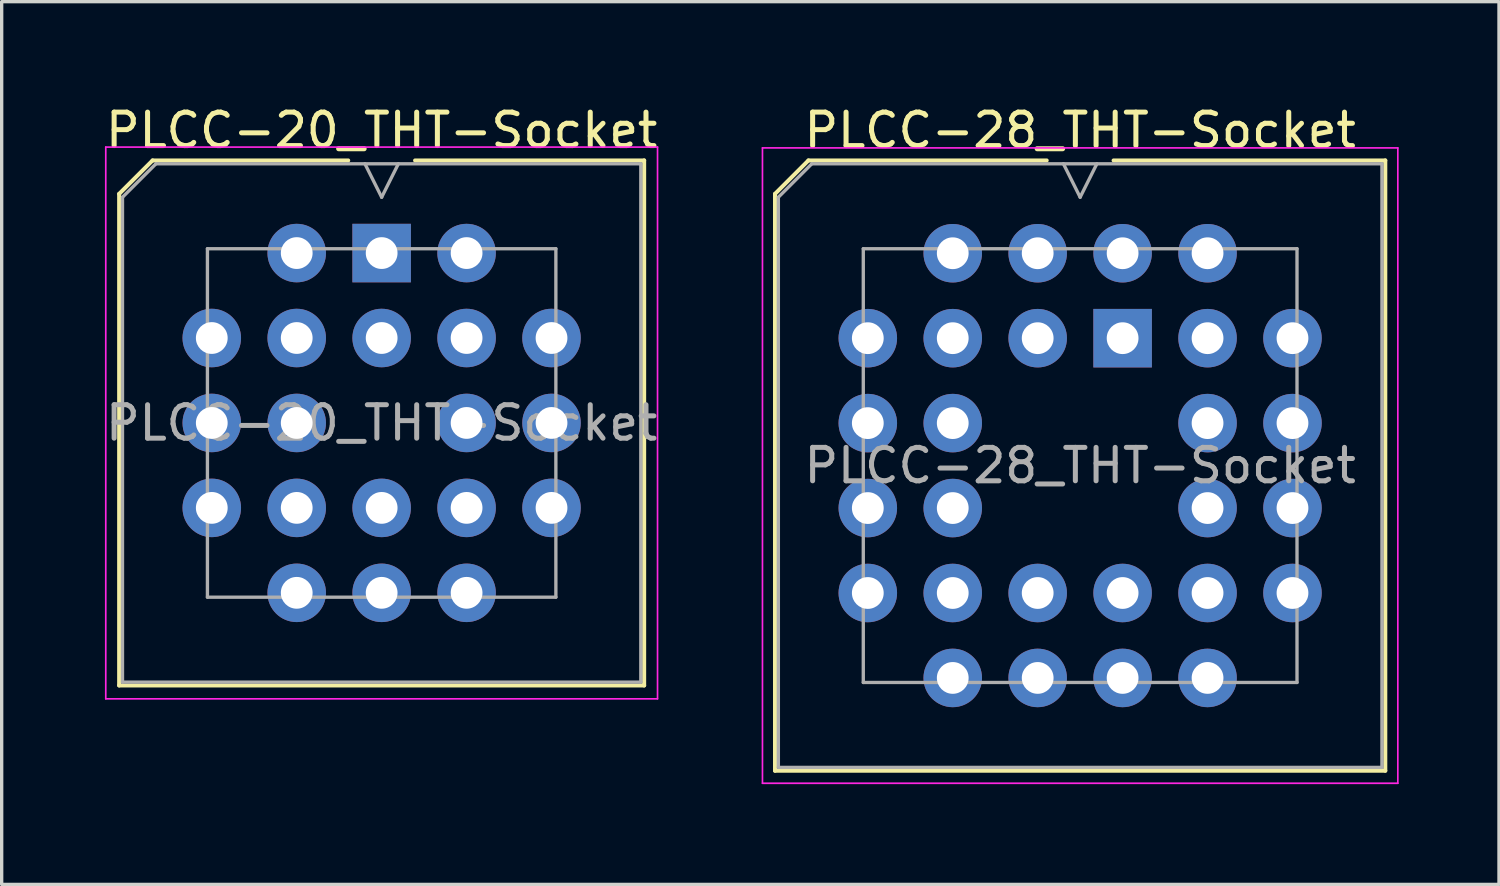
<source format=kicad_pcb>
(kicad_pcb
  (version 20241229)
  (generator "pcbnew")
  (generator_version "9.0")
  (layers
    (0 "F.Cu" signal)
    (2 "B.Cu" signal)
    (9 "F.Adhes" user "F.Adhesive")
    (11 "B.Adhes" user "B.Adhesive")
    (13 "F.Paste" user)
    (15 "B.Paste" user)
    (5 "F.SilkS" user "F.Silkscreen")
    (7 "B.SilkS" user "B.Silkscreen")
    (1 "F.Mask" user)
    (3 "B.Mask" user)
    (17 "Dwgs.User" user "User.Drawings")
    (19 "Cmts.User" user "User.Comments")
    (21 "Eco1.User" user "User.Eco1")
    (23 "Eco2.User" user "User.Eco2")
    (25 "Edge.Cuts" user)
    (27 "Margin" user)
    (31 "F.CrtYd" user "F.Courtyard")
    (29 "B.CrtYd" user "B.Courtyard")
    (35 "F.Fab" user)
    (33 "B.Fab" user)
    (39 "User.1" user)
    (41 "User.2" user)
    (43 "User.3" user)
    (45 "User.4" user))
  (footprint "PLCC-28_THT-Socket"
    (layer "F.Cu")
    (at 30.521 7.063)
    (property "Reference" "PLCC-28_THT-Socket" (at -1.27 -6.215 0) (layer "F.SilkS") (effects (font (size 1 1) (thickness 0.15))))
    (attr through_hole)
    (fp_line (start -10.395 -4.315) (end -10.395 12.935) (stroke (width 0.12) (type solid)) (layer "F.SilkS"))
    (fp_line (start -10.395 12.935) (end 7.855 12.935) (stroke (width 0.12) (type solid)) (layer "F.SilkS"))
    (fp_line (start -9.395 -5.315) (end -10.395 -4.315) (stroke (width 0.12) (type solid)) (layer "F.SilkS"))
    (fp_line (start -2.27 -5.315) (end -9.395 -5.315) (stroke (width 0.12) (type solid)) (layer "F.SilkS"))
    (fp_line (start 7.855 -5.315) (end -0.27 -5.315) (stroke (width 0.12) (type solid)) (layer "F.SilkS"))
    (fp_line (start 7.855 12.935) (end 7.855 -5.315) (stroke (width 0.12) (type solid)) (layer "F.SilkS"))
    (fp_line (start -10.77 -5.69) (end -10.77 13.31) (stroke (width 0.05) (type solid)) (layer "F.CrtYd"))
    (fp_line (start -10.77 13.31) (end 8.23 13.31) (stroke (width 0.05) (type solid)) (layer "F.CrtYd"))
    (fp_line (start 8.23 -5.69) (end -10.77 -5.69) (stroke (width 0.05) (type solid)) (layer "F.CrtYd"))
    (fp_line (start 8.23 13.31) (end 8.23 -5.69) (stroke (width 0.05) (type solid)) (layer "F.CrtYd"))
    (fp_line (start -10.295 -4.215) (end -10.295 12.835) (stroke (width 0.1) (type solid)) (layer "F.Fab"))
    (fp_line (start -10.295 12.835) (end 7.755 12.835) (stroke (width 0.1) (type solid)) (layer "F.Fab"))
    (fp_line (start -9.295 -5.215) (end -10.295 -4.215) (stroke (width 0.1) (type solid)) (layer "F.Fab"))
    (fp_line (start -7.755 -2.675) (end -7.755 10.295) (stroke (width 0.1) (type solid)) (layer "F.Fab"))
    (fp_line (start -7.755 10.295) (end 5.215 10.295) (stroke (width 0.1) (type solid)) (layer "F.Fab"))
    (fp_line (start -1.77 -5.215) (end -1.27 -4.215) (stroke (width 0.1) (type solid)) (layer "F.Fab"))
    (fp_line (start -1.27 -4.215) (end -0.77 -5.215) (stroke (width 0.1) (type solid)) (layer "F.Fab"))
    (fp_line (start 5.215 -2.675) (end -7.755 -2.675) (stroke (width 0.1) (type solid)) (layer "F.Fab"))
    (fp_line (start 5.215 10.295) (end 5.215 -2.675) (stroke (width 0.1) (type solid)) (layer "F.Fab"))
    (fp_line (start 7.755 -5.215) (end -9.295 -5.215) (stroke (width 0.1) (type solid)) (layer "F.Fab"))
    (fp_line (start 7.755 12.835) (end 7.755 -5.215) (stroke (width 0.1) (type solid)) (layer "F.Fab"))
    (fp_text user "${REFERENCE}" (at -1.27 3.81 0) (layer "F.Fab") (effects (font (size 1 1) (thickness 0.15))))
    (pad "1" thru_hole rect (at 0 0) (size 1.75 1.75) (drill 0.95) (layers "*.Cu" "*.Mask"))
    (pad "2" thru_hole circle (at -2.54 -2.54) (size 1.75 1.75) (drill 0.95) (layers "*.Cu" "*.Mask"))
    (pad "3" thru_hole circle (at -2.54 0) (size 1.75 1.75) (drill 0.95) (layers "*.Cu" "*.Mask"))
    (pad "4" thru_hole circle (at -5.08 -2.54) (size 1.75 1.75) (drill 0.95) (layers "*.Cu" "*.Mask"))
    (pad "5" thru_hole circle (at -7.62 0) (size 1.75 1.75) (drill 0.95) (layers "*.Cu" "*.Mask"))
    (pad "6" thru_hole circle (at -5.08 0) (size 1.75 1.75) (drill 0.95) (layers "*.Cu" "*.Mask"))
    (pad "7" thru_hole circle (at -7.62 2.54) (size 1.75 1.75) (drill 0.95) (layers "*.Cu" "*.Mask"))
    (pad "8" thru_hole circle (at -5.08 2.54) (size 1.75 1.75) (drill 0.95) (layers "*.Cu" "*.Mask"))
    (pad "9" thru_hole circle (at -7.62 5.08) (size 1.75 1.75) (drill 0.95) (layers "*.Cu" "*.Mask"))
    (pad "10" thru_hole circle (at -5.08 5.08) (size 1.75 1.75) (drill 0.95) (layers "*.Cu" "*.Mask"))
    (pad "11" thru_hole circle (at -7.62 7.62) (size 1.75 1.75) (drill 0.95) (layers "*.Cu" "*.Mask"))
    (pad "12" thru_hole circle (at -5.08 10.16) (size 1.75 1.75) (drill 0.95) (layers "*.Cu" "*.Mask"))
    (pad "13" thru_hole circle (at -5.08 7.62) (size 1.75 1.75) (drill 0.95) (layers "*.Cu" "*.Mask"))
    (pad "14" thru_hole circle (at -2.54 10.16) (size 1.75 1.75) (drill 0.95) (layers "*.Cu" "*.Mask"))
    (pad "15" thru_hole circle (at -2.54 7.62) (size 1.75 1.75) (drill 0.95) (layers "*.Cu" "*.Mask"))
    (pad "16" thru_hole circle (at 0 10.16) (size 1.75 1.75) (drill 0.95) (layers "*.Cu" "*.Mask"))
    (pad "17" thru_hole circle (at 0 7.62) (size 1.75 1.75) (drill 0.95) (layers "*.Cu" "*.Mask"))
    (pad "18" thru_hole circle (at 2.54 10.16) (size 1.75 1.75) (drill 0.95) (layers "*.Cu" "*.Mask"))
    (pad "19" thru_hole circle (at 5.08 7.62) (size 1.75 1.75) (drill 0.95) (layers "*.Cu" "*.Mask"))
    (pad "20" thru_hole circle (at 2.54 7.62) (size 1.75 1.75) (drill 0.95) (layers "*.Cu" "*.Mask"))
    (pad "21" thru_hole circle (at 5.08 5.08) (size 1.75 1.75) (drill 0.95) (layers "*.Cu" "*.Mask"))
    (pad "22" thru_hole circle (at 2.54 5.08) (size 1.75 1.75) (drill 0.95) (layers "*.Cu" "*.Mask"))
    (pad "23" thru_hole circle (at 5.08 2.54) (size 1.75 1.75) (drill 0.95) (layers "*.Cu" "*.Mask"))
    (pad "24" thru_hole circle (at 2.54 2.54) (size 1.75 1.75) (drill 0.95) (layers "*.Cu" "*.Mask"))
    (pad "25" thru_hole circle (at 5.08 0) (size 1.75 1.75) (drill 0.95) (layers "*.Cu" "*.Mask"))
    (pad "26" thru_hole circle (at 2.54 -2.54) (size 1.75 1.75) (drill 0.95) (layers "*.Cu" "*.Mask"))
    (pad "27" thru_hole circle (at 2.54 0) (size 1.75 1.75) (drill 0.95) (layers "*.Cu" "*.Mask"))
    (pad "28" thru_hole circle (at 0 -2.54) (size 1.75 1.75) (drill 0.95) (layers "*.Cu" "*.Mask")))
  (footprint "PLCC-20_THT-Socket"
    (layer "F.Cu")
    (at 8.363 4.518)
    (property "Reference" "PLCC-20_THT-Socket" (at 0 -3.67 0) (layer "F.SilkS") (effects (font (size 1 1) (thickness 0.15))))
    (attr through_hole)
    (fp_line (start -7.85 -1.77) (end -7.85 12.93) (stroke (width 0.12) (type solid)) (layer "F.SilkS"))
    (fp_line (start -7.85 12.93) (end 7.85 12.93) (stroke (width 0.12) (type solid)) (layer "F.SilkS"))
    (fp_line (start -6.85 -2.77) (end -7.85 -1.77) (stroke (width 0.12) (type solid)) (layer "F.SilkS"))
    (fp_line (start -1 -2.77) (end -6.85 -2.77) (stroke (width 0.12) (type solid)) (layer "F.SilkS"))
    (fp_line (start 7.85 -2.77) (end 1 -2.77) (stroke (width 0.12) (type solid)) (layer "F.SilkS"))
    (fp_line (start 7.85 12.93) (end 7.85 -2.77) (stroke (width 0.12) (type solid)) (layer "F.SilkS"))
    (fp_line (start -8.25 -3.17) (end -8.25 13.33) (stroke (width 0.05) (type solid)) (layer "F.CrtYd"))
    (fp_line (start -8.25 13.33) (end 8.25 13.33) (stroke (width 0.05) (type solid)) (layer "F.CrtYd"))
    (fp_line (start 8.25 -3.17) (end -8.25 -3.17) (stroke (width 0.05) (type solid)) (layer "F.CrtYd"))
    (fp_line (start 8.25 13.33) (end 8.25 -3.17) (stroke (width 0.05) (type solid)) (layer "F.CrtYd"))
    (fp_line (start -7.75 -1.67) (end -7.75 12.83) (stroke (width 0.1) (type solid)) (layer "F.Fab"))
    (fp_line (start -7.75 12.83) (end 7.75 12.83) (stroke (width 0.1) (type solid)) (layer "F.Fab"))
    (fp_line (start -6.75 -2.67) (end -7.75 -1.67) (stroke (width 0.1) (type solid)) (layer "F.Fab"))
    (fp_line (start -5.21 -0.13) (end -5.21 10.29) (stroke (width 0.1) (type solid)) (layer "F.Fab"))
    (fp_line (start -5.21 10.29) (end 5.21 10.29) (stroke (width 0.1) (type solid)) (layer "F.Fab"))
    (fp_line (start -0.5 -2.67) (end 0 -1.67) (stroke (width 0.1) (type solid)) (layer "F.Fab"))
    (fp_line (start 0 -1.67) (end 0.5 -2.67) (stroke (width 0.1) (type solid)) (layer "F.Fab"))
    (fp_line (start 5.21 -0.13) (end -5.21 -0.13) (stroke (width 0.1) (type solid)) (layer "F.Fab"))
    (fp_line (start 5.21 10.29) (end 5.21 -0.13) (stroke (width 0.1) (type solid)) (layer "F.Fab"))
    (fp_line (start 7.75 -2.67) (end -6.75 -2.67) (stroke (width 0.1) (type solid)) (layer "F.Fab"))
    (fp_line (start 7.75 12.83) (end 7.75 -2.67) (stroke (width 0.1) (type solid)) (layer "F.Fab"))
    (fp_text user "${REFERENCE}" (at 0 5.08 0) (layer "F.Fab") (effects (font (size 1 1) (thickness 0.15))))
    (pad "1" thru_hole rect (at 0 0) (size 1.75 1.75) (drill 0.95) (layers "*.Cu" "*.Mask"))
    (pad "2" thru_hole circle (at 0 2.54) (size 1.75 1.75) (drill 0.95) (layers "*.Cu" "*.Mask"))
    (pad "3" thru_hole circle (at -2.54 0) (size 1.75 1.75) (drill 0.95) (layers "*.Cu" "*.Mask"))
    (pad "4" thru_hole circle (at -5.08 2.54) (size 1.75 1.75) (drill 0.95) (layers "*.Cu" "*.Mask"))
    (pad "5" thru_hole circle (at -2.54 2.54) (size 1.75 1.75) (drill 0.95) (layers "*.Cu" "*.Mask"))
    (pad "6" thru_hole circle (at -5.08 5.08) (size 1.75 1.75) (drill 0.95) (layers "*.Cu" "*.Mask"))
    (pad "7" thru_hole circle (at -2.54 5.08) (size 1.75 1.75) (drill 0.95) (layers "*.Cu" "*.Mask"))
    (pad "8" thru_hole circle (at -5.08 7.62) (size 1.75 1.75) (drill 0.95) (layers "*.Cu" "*.Mask"))
    (pad "9" thru_hole circle (at -2.54 10.16) (size 1.75 1.75) (drill 0.95) (layers "*.Cu" "*.Mask"))
    (pad "10" thru_hole circle (at -2.54 7.62) (size 1.75 1.75) (drill 0.95) (layers "*.Cu" "*.Mask"))
    (pad "11" thru_hole circle (at 0 10.16) (size 1.75 1.75) (drill 0.95) (layers "*.Cu" "*.Mask"))
    (pad "12" thru_hole circle (at 0 7.62) (size 1.75 1.75) (drill 0.95) (layers "*.Cu" "*.Mask"))
    (pad "13" thru_hole circle (at 2.54 10.16) (size 1.75 1.75) (drill 0.95) (layers "*.Cu" "*.Mask"))
    (pad "14" thru_hole circle (at 5.08 7.62) (size 1.75 1.75) (drill 0.95) (layers "*.Cu" "*.Mask"))
    (pad "15" thru_hole circle (at 2.54 7.62) (size 1.75 1.75) (drill 0.95) (layers "*.Cu" "*.Mask"))
    (pad "16" thru_hole circle (at 5.08 5.08) (size 1.75 1.75) (drill 0.95) (layers "*.Cu" "*.Mask"))
    (pad "17" thru_hole circle (at 2.54 5.08) (size 1.75 1.75) (drill 0.95) (layers "*.Cu" "*.Mask"))
    (pad "18" thru_hole circle (at 5.08 2.54) (size 1.75 1.75) (drill 0.95) (layers "*.Cu" "*.Mask"))
    (pad "19" thru_hole circle (at 2.54 0) (size 1.75 1.75) (drill 0.95) (layers "*.Cu" "*.Mask"))
    (pad "20" thru_hole circle (at 2.54 2.54) (size 1.75 1.75) (drill 0.95) (layers "*.Cu" "*.Mask")))
  (gr_rect
    (start -3 -3)
    (end 41.776 23.398)
    (stroke (width 0.1) (type default))
    (fill no)
    (layer "Edge.Cuts")))
</source>
